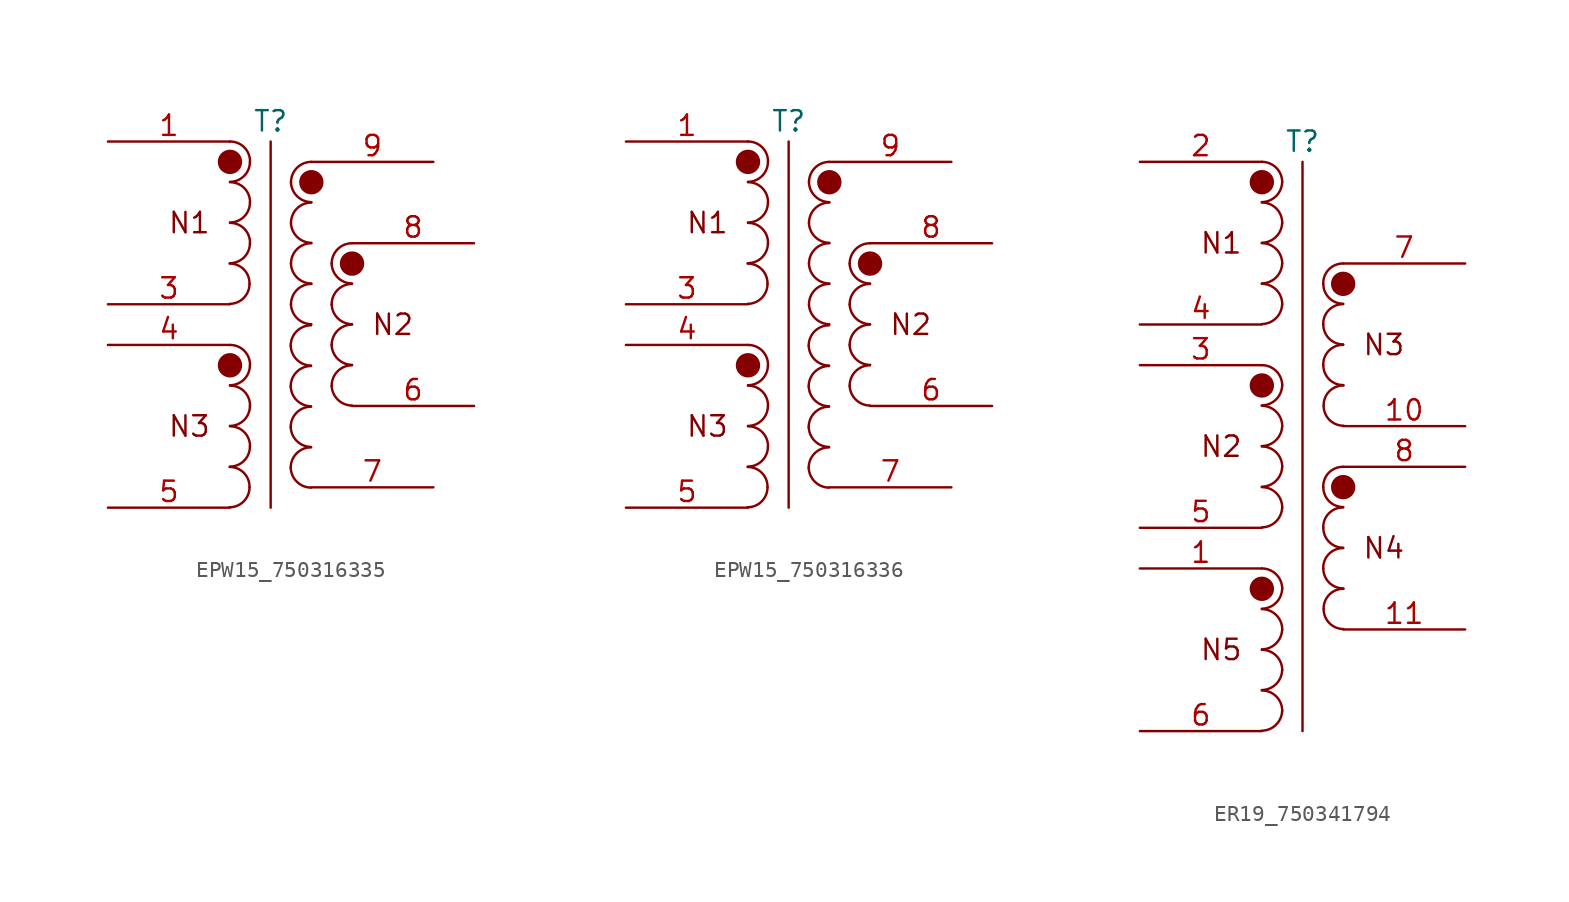
<source format=kicad_sym>
(kicad_symbol_lib
  (version 20220914)
  (generator kicad_symbol_editor)
  (symbol "EPW15_750316335"
    (pin_names hide)
    (property "Reference" "T"
      (at 0 12.7 0)
      (effects (font (size 1.27 1.27))))
    (property "Critical Parameter" ""
      (at 0 -5.08 0)
      (effects (font (size 1.27 1.27)) (justify left)))
    (symbol "EPW15_750316335_0_1"
      (arc (start -2.5654 -11.4046) (mid -1.6855 -11.0399) (end -1.3208 -10.16) (stroke (width 0) (type default)) (fill (type none)))
      (arc (start -2.5654 1.2954) (mid -1.6855 1.6601) (end -1.3208 2.54) (stroke (width 0) (type default)) (fill (type none)))
      (arc (start -2.54 -8.8646) (mid -1.6601 -8.4999) (end -1.2954 -7.62) (stroke (width 0) (type default)) (fill (type none)))
      (arc (start -2.54 -6.3246) (mid -1.6601 -5.9599) (end -1.2954 -5.08) (stroke (width 0) (type default)) (fill (type none)))
      (arc (start -2.54 -3.7846) (mid -1.6601 -3.4199) (end -1.2954 -2.54) (stroke (width 0) (type default)) (fill (type none)))
      (arc (start -2.54 3.8354) (mid -1.6601 4.2001) (end -1.2954 5.08) (stroke (width 0) (type default)) (fill (type none)))
      (arc (start -2.54 6.3754) (mid -1.6601 6.7401) (end -1.2954 7.62) (stroke (width 0) (type default)) (fill (type none)))
      (arc (start -2.54 8.9154) (mid -1.6601 9.2801) (end -1.2954 10.16) (stroke (width 0) (type default)) (fill (type none)))
      (arc (start -1.3208 -10.16) (mid -1.6708 -9.2582) (end -2.5654 -8.89) (stroke (width 0) (type default)) (fill (type none)))
      (arc (start -1.3208 2.54) (mid -1.6708 3.4418) (end -2.5654 3.81) (stroke (width 0) (type default)) (fill (type none)))
      (arc (start -1.2954 -7.62) (mid -1.646 -6.7187) (end -2.54 -6.35) (stroke (width 0) (type default)) (fill (type none)))
      (arc (start -1.2954 -5.08) (mid -1.646 -4.1787) (end -2.54 -3.81) (stroke (width 0) (type default)) (fill (type none)))
      (arc (start -1.2954 -2.54) (mid -1.646 -1.6387) (end -2.54 -1.27) (stroke (width 0) (type default)) (fill (type none)))
      (arc (start -1.2954 5.08) (mid -1.646 5.9813) (end -2.54 6.35) (stroke (width 0) (type default)) (fill (type none)))
      (arc (start -1.2954 7.62) (mid -1.646 8.5213) (end -2.54 8.89) (stroke (width 0) (type default)) (fill (type none)))
      (arc (start -1.2954 10.16) (mid -1.646 11.0613) (end -2.54 11.43) (stroke (width 0) (type default)) (fill (type none)))
      (polyline (pts (xy 0 11.43) (xy 0 -11.43)) (stroke (width 0) (type default)) (fill (type none)))
      (arc (start 1.2515 -8.9345) (mid 1.6376 -9.8108) (end 2.5215 -10.1791) (stroke (width 0) (type default)) (fill (type none)))
      (arc (start 1.2515 -6.3945) (mid 1.6376 -7.2708) (end 2.5215 -7.6391) (stroke (width 0) (type default)) (fill (type none)))
      (arc (start 1.2515 -3.8545) (mid 1.6376 -4.7308) (end 2.5215 -5.0991) (stroke (width 0) (type default)) (fill (type none)))
      (arc (start 1.2515 -1.3145) (mid 1.6376 -2.1908) (end 2.5215 -2.5591) (stroke (width 0) (type default)) (fill (type none)))
      (arc (start 1.27 1.27) (mid 1.6561 0.3937) (end 2.54 0.0254) (stroke (width 0) (type default)) (fill (type none)))
      (arc (start 1.27 3.81) (mid 1.6561 2.9337) (end 2.54 2.5654) (stroke (width 0) (type default)) (fill (type none)))
      (arc (start 1.27 6.35) (mid 1.6561 5.4737) (end 2.54 5.1054) (stroke (width 0) (type default)) (fill (type none)))
      (arc (start 1.27 8.89) (mid 1.6561 8.0137) (end 2.54 7.6454) (stroke (width 0) (type default)) (fill (type none)))
      (arc (start 2.5215 -7.6645) (mid 1.6235 -8.0365) (end 1.2515 -8.9345) (stroke (width 0) (type default)) (fill (type none)))
      (arc (start 2.5215 -5.1245) (mid 1.6235 -5.4965) (end 1.2515 -6.3945) (stroke (width 0) (type default)) (fill (type none)))
      (arc (start 2.5215 -2.5845) (mid 1.6235 -2.9565) (end 1.2515 -3.8545) (stroke (width 0) (type default)) (fill (type none)))
      (arc (start 2.5215 -0.0445) (mid 1.6235 -0.4165) (end 1.2515 -1.3145) (stroke (width 0) (type default)) (fill (type none)))
      (arc (start 2.54 2.54) (mid 1.642 2.168) (end 1.27 1.27) (stroke (width 0) (type default)) (fill (type none)))
      (arc (start 2.54 5.08) (mid 1.642 4.708) (end 1.27 3.81) (stroke (width 0) (type default)) (fill (type none)))
      (arc (start 2.54 7.62) (mid 1.642 7.248) (end 1.27 6.35) (stroke (width 0) (type default)) (fill (type none)))
      (arc (start 2.54 10.16) (mid 1.642 9.788) (end 1.27 8.89) (stroke (width 0) (type default)) (fill (type none)))
      (arc (start 3.81 -3.81) (mid 4.1961 -4.6863) (end 5.08 -5.0546) (stroke (width 0) (type default)) (fill (type none)))
      (arc (start 3.81 -1.27) (mid 4.1961 -2.1463) (end 5.08 -2.5146) (stroke (width 0) (type default)) (fill (type none)))
      (arc (start 3.81 1.27) (mid 4.1961 0.3937) (end 5.08 0.0254) (stroke (width 0) (type default)) (fill (type none)))
      (arc (start 3.81 3.81) (mid 4.1961 2.9337) (end 5.08 2.5654) (stroke (width 0) (type default)) (fill (type none)))
      (arc (start 5.08 -2.54) (mid 4.182 -2.912) (end 3.81 -3.81) (stroke (width 0) (type default)) (fill (type none)))
      (arc (start 5.08 0) (mid 4.182 -0.372) (end 3.81 -1.27) (stroke (width 0) (type default)) (fill (type none)))
      (arc (start 5.08 2.54) (mid 4.182 2.168) (end 3.81 1.27) (stroke (width 0) (type default)) (fill (type none)))
      (arc (start 5.08 5.08) (mid 4.182 4.708) (end 3.81 3.81) (stroke (width 0) (type default)) (fill (type none))))
    (symbol "EPW15_750316335_1_1"
      (circle (center -2.54 -2.54) (radius 0.0001) (stroke (width 0.762) (type default)) (fill (type none)))
      (circle (center -2.54 10.16) (radius 0.0001) (stroke (width 0.762) (type default)) (fill (type none)))
      (circle (center 2.54 8.89) (radius 0.0001) (stroke (width 0.762) (type default)) (fill (type none)))
      (circle (center 5.08 3.81) (radius 0.0001) (stroke (width 0.762) (type default)) (fill (type none)))
      (text "N1" (at -5.08 6.35 0) (effects (font (size 1.27 1.27))))
      (text "N2" (at 7.62 0 0) (effects (font (size 1.27 1.27))))
      (text "N3" (at -5.08 -6.35 0) (effects (font (size 1.27 1.27))))
      (pin passive line (at -10.16 11.43 0) (length 7.62) (name "1" (effects (font (size 1.27 1.27)))) (number "1" (effects (font (size 1.27 1.27)))))
      (pin passive line (at -10.16 1.27 0) (length 7.62) (name "3" (effects (font (size 1.27 1.27)))) (number "3" (effects (font (size 1.27 1.27)))))
      (pin passive line (at -10.16 -1.27 0) (length 7.62) (name "4" (effects (font (size 1.27 1.27)))) (number "4" (effects (font (size 1.27 1.27)))))
      (pin passive line (at -10.16 -11.43 0) (length 7.62) (name "5" (effects (font (size 1.27 1.27)))) (number "5" (effects (font (size 1.27 1.27)))))
      (pin passive line (at 12.7 -5.08 180) (length 7.62) (name "6" (effects (font (size 1.27 1.27)))) (number "6" (effects (font (size 1.27 1.27)))))
      (pin passive line (at 10.16 -10.16 180) (length 7.62) (name "7" (effects (font (size 1.27 1.27)))) (number "7" (effects (font (size 1.27 1.27)))))
      (pin passive line (at 12.7 5.08 180) (length 7.62) (name "8" (effects (font (size 1.27 1.27)))) (number "8" (effects (font (size 1.27 1.27)))))
      (pin passive line (at 10.16 10.16 180) (length 7.62) (name "9" (effects (font (size 1.27 1.27)))) (number "9" (effects (font (size 1.27 1.27)))))))
  (symbol "EPW15_750316336"
    (pin_names hide)
    (property "Reference" "T"
      (at 0 12.7 0)
      (effects (font (size 1.27 1.27))))
    (property "Critical Parameter" ""
      (at 0 -5.08 0)
      (effects (font (size 1.27 1.27)) (justify left)))
    (symbol "EPW15_750316336_0_1"
      (arc (start -2.5654 -11.4046) (mid -1.6855 -11.0399) (end -1.3208 -10.16) (stroke (width 0) (type default)) (fill (type none)))
      (arc (start -2.5654 1.2954) (mid -1.6855 1.6601) (end -1.3208 2.54) (stroke (width 0) (type default)) (fill (type none)))
      (arc (start -2.54 -8.8646) (mid -1.6601 -8.4999) (end -1.2954 -7.62) (stroke (width 0) (type default)) (fill (type none)))
      (arc (start -2.54 -6.3246) (mid -1.6601 -5.9599) (end -1.2954 -5.08) (stroke (width 0) (type default)) (fill (type none)))
      (arc (start -2.54 -3.7846) (mid -1.6601 -3.4199) (end -1.2954 -2.54) (stroke (width 0) (type default)) (fill (type none)))
      (arc (start -2.54 3.8354) (mid -1.6601 4.2001) (end -1.2954 5.08) (stroke (width 0) (type default)) (fill (type none)))
      (arc (start -2.54 6.3754) (mid -1.6601 6.7401) (end -1.2954 7.62) (stroke (width 0) (type default)) (fill (type none)))
      (arc (start -2.54 8.9154) (mid -1.6601 9.2801) (end -1.2954 10.16) (stroke (width 0) (type default)) (fill (type none)))
      (arc (start -1.3208 -10.16) (mid -1.6708 -9.2582) (end -2.5654 -8.89) (stroke (width 0) (type default)) (fill (type none)))
      (arc (start -1.3208 2.54) (mid -1.6708 3.4418) (end -2.5654 3.81) (stroke (width 0) (type default)) (fill (type none)))
      (arc (start -1.2954 -7.62) (mid -1.646 -6.7187) (end -2.54 -6.35) (stroke (width 0) (type default)) (fill (type none)))
      (arc (start -1.2954 -5.08) (mid -1.646 -4.1787) (end -2.54 -3.81) (stroke (width 0) (type default)) (fill (type none)))
      (arc (start -1.2954 -2.54) (mid -1.646 -1.6387) (end -2.54 -1.27) (stroke (width 0) (type default)) (fill (type none)))
      (arc (start -1.2954 5.08) (mid -1.646 5.9813) (end -2.54 6.35) (stroke (width 0) (type default)) (fill (type none)))
      (arc (start -1.2954 7.62) (mid -1.646 8.5213) (end -2.54 8.89) (stroke (width 0) (type default)) (fill (type none)))
      (arc (start -1.2954 10.16) (mid -1.646 11.0613) (end -2.54 11.43) (stroke (width 0) (type default)) (fill (type none)))
      (polyline (pts (xy 0 11.43) (xy 0 -11.43)) (stroke (width 0) (type default)) (fill (type none)))
      (arc (start 1.2515 -8.9345) (mid 1.6376 -9.8108) (end 2.5215 -10.1791) (stroke (width 0) (type default)) (fill (type none)))
      (arc (start 1.2515 -6.3945) (mid 1.6376 -7.2708) (end 2.5215 -7.6391) (stroke (width 0) (type default)) (fill (type none)))
      (arc (start 1.2515 -3.8545) (mid 1.6376 -4.7308) (end 2.5215 -5.0991) (stroke (width 0) (type default)) (fill (type none)))
      (arc (start 1.2515 -1.3145) (mid 1.6376 -2.1908) (end 2.5215 -2.5591) (stroke (width 0) (type default)) (fill (type none)))
      (arc (start 1.27 1.27) (mid 1.6561 0.3937) (end 2.54 0.0254) (stroke (width 0) (type default)) (fill (type none)))
      (arc (start 1.27 3.81) (mid 1.6561 2.9337) (end 2.54 2.5654) (stroke (width 0) (type default)) (fill (type none)))
      (arc (start 1.27 6.35) (mid 1.6561 5.4737) (end 2.54 5.1054) (stroke (width 0) (type default)) (fill (type none)))
      (arc (start 1.27 8.89) (mid 1.6561 8.0137) (end 2.54 7.6454) (stroke (width 0) (type default)) (fill (type none)))
      (arc (start 2.5215 -7.6645) (mid 1.6235 -8.0365) (end 1.2515 -8.9345) (stroke (width 0) (type default)) (fill (type none)))
      (arc (start 2.5215 -5.1245) (mid 1.6235 -5.4965) (end 1.2515 -6.3945) (stroke (width 0) (type default)) (fill (type none)))
      (arc (start 2.5215 -2.5845) (mid 1.6235 -2.9565) (end 1.2515 -3.8545) (stroke (width 0) (type default)) (fill (type none)))
      (arc (start 2.5215 -0.0445) (mid 1.6235 -0.4165) (end 1.2515 -1.3145) (stroke (width 0) (type default)) (fill (type none)))
      (arc (start 2.54 2.54) (mid 1.642 2.168) (end 1.27 1.27) (stroke (width 0) (type default)) (fill (type none)))
      (arc (start 2.54 5.08) (mid 1.642 4.708) (end 1.27 3.81) (stroke (width 0) (type default)) (fill (type none)))
      (arc (start 2.54 7.62) (mid 1.642 7.248) (end 1.27 6.35) (stroke (width 0) (type default)) (fill (type none)))
      (arc (start 2.54 10.16) (mid 1.642 9.788) (end 1.27 8.89) (stroke (width 0) (type default)) (fill (type none)))
      (arc (start 3.81 -3.81) (mid 4.1961 -4.6863) (end 5.08 -5.0546) (stroke (width 0) (type default)) (fill (type none)))
      (arc (start 3.81 -1.27) (mid 4.1961 -2.1463) (end 5.08 -2.5146) (stroke (width 0) (type default)) (fill (type none)))
      (arc (start 3.81 1.27) (mid 4.1961 0.3937) (end 5.08 0.0254) (stroke (width 0) (type default)) (fill (type none)))
      (arc (start 3.81 3.81) (mid 4.1961 2.9337) (end 5.08 2.5654) (stroke (width 0) (type default)) (fill (type none)))
      (arc (start 5.08 -2.54) (mid 4.182 -2.912) (end 3.81 -3.81) (stroke (width 0) (type default)) (fill (type none)))
      (arc (start 5.08 0) (mid 4.182 -0.372) (end 3.81 -1.27) (stroke (width 0) (type default)) (fill (type none)))
      (arc (start 5.08 2.54) (mid 4.182 2.168) (end 3.81 1.27) (stroke (width 0) (type default)) (fill (type none)))
      (arc (start 5.08 5.08) (mid 4.182 4.708) (end 3.81 3.81) (stroke (width 0) (type default)) (fill (type none))))
    (symbol "EPW15_750316336_1_1"
      (circle (center -2.54 -2.54) (radius 0.0001) (stroke (width 0.762) (type default)) (fill (type none)))
      (circle (center -2.54 10.16) (radius 0.0001) (stroke (width 0.762) (type default)) (fill (type none)))
      (circle (center 2.54 8.89) (radius 0.0001) (stroke (width 0.762) (type default)) (fill (type none)))
      (circle (center 5.08 3.81) (radius 0.0001) (stroke (width 0.762) (type default)) (fill (type none)))
      (text "N1" (at -5.08 6.35 0) (effects (font (size 1.27 1.27))))
      (text "N2" (at 7.62 0 0) (effects (font (size 1.27 1.27))))
      (text "N3" (at -5.08 -6.35 0) (effects (font (size 1.27 1.27))))
      (pin passive line (at -10.16 11.43 0) (length 7.62) (name "1" (effects (font (size 1.27 1.27)))) (number "1" (effects (font (size 1.27 1.27)))))
      (pin passive line (at -10.16 1.27 0) (length 7.62) (name "3" (effects (font (size 1.27 1.27)))) (number "3" (effects (font (size 1.27 1.27)))))
      (pin passive line (at -10.16 -1.27 0) (length 7.62) (name "4" (effects (font (size 1.27 1.27)))) (number "4" (effects (font (size 1.27 1.27)))))
      (pin passive line (at -10.16 -11.43 0) (length 7.62) (name "5" (effects (font (size 1.27 1.27)))) (number "5" (effects (font (size 1.27 1.27)))))
      (pin passive line (at 12.7 -5.08 180) (length 7.62) (name "6" (effects (font (size 1.27 1.27)))) (number "6" (effects (font (size 1.27 1.27)))))
      (pin passive line (at 10.16 -10.16 180) (length 7.62) (name "7" (effects (font (size 1.27 1.27)))) (number "7" (effects (font (size 1.27 1.27)))))
      (pin passive line (at 12.7 5.08 180) (length 7.62) (name "8" (effects (font (size 1.27 1.27)))) (number "8" (effects (font (size 1.27 1.27)))))
      (pin passive line (at 10.16 10.16 180) (length 7.62) (name "9" (effects (font (size 1.27 1.27)))) (number "9" (effects (font (size 1.27 1.27)))))))
  (symbol "ER19_750341794"
    (pin_names hide)
    (property "Reference" "T"
      (at 0 19.05 0)
      (effects (font (size 1.27 1.27))))
    (property "Critical Parameter" ""
      (at 0 -5.08 0)
      (effects (font (size 1.27 1.27)) (justify left)))
    (symbol "ER19_750341794_0_1"
      (arc (start -2.54 -17.7546) (mid -1.6561 -17.3863) (end -1.27 -16.51) (stroke (width 0) (type default)) (fill (type none)))
      (arc (start -2.54 -15.2146) (mid -1.6561 -14.8463) (end -1.27 -13.97) (stroke (width 0) (type default)) (fill (type none)))
      (arc (start -2.54 -12.6746) (mid -1.6561 -12.3063) (end -1.27 -11.43) (stroke (width 0) (type default)) (fill (type none)))
      (arc (start -2.54 -10.1346) (mid -1.6561 -9.7663) (end -1.27 -8.89) (stroke (width 0) (type default)) (fill (type none)))
      (arc (start -2.54 -5.0546) (mid -1.6561 -4.6863) (end -1.27 -3.81) (stroke (width 0) (type default)) (fill (type none)))
      (arc (start -2.54 -2.5146) (mid -1.6561 -2.1463) (end -1.27 -1.27) (stroke (width 0) (type default)) (fill (type none)))
      (arc (start -2.54 0.0254) (mid -1.6561 0.3937) (end -1.27 1.27) (stroke (width 0) (type default)) (fill (type none)))
      (arc (start -2.54 2.5654) (mid -1.6561 2.9337) (end -1.27 3.81) (stroke (width 0) (type default)) (fill (type none)))
      (arc (start -2.54 7.6454) (mid -1.6561 8.0137) (end -1.27 8.89) (stroke (width 0) (type default)) (fill (type none)))
      (arc (start -2.54 10.1854) (mid -1.6561 10.5537) (end -1.27 11.43) (stroke (width 0) (type default)) (fill (type none)))
      (arc (start -2.54 12.7254) (mid -1.6561 13.0937) (end -1.27 13.97) (stroke (width 0) (type default)) (fill (type none)))
      (arc (start -2.54 15.2654) (mid -1.6561 15.6337) (end -1.27 16.51) (stroke (width 0) (type default)) (fill (type none)))
      (arc (start -1.27 -16.51) (mid -1.642 -15.612) (end -2.54 -15.24) (stroke (width 0) (type default)) (fill (type none)))
      (arc (start -1.27 -13.97) (mid -1.642 -13.072) (end -2.54 -12.7) (stroke (width 0) (type default)) (fill (type none)))
      (arc (start -1.27 -11.43) (mid -1.642 -10.532) (end -2.54 -10.16) (stroke (width 0) (type default)) (fill (type none)))
      (arc (start -1.27 -8.89) (mid -1.642 -7.992) (end -2.54 -7.62) (stroke (width 0) (type default)) (fill (type none)))
      (arc (start -1.27 -3.81) (mid -1.642 -2.912) (end -2.54 -2.54) (stroke (width 0) (type default)) (fill (type none)))
      (arc (start -1.27 -1.27) (mid -1.642 -0.372) (end -2.54 0) (stroke (width 0) (type default)) (fill (type none)))
      (arc (start -1.27 1.27) (mid -1.642 2.168) (end -2.54 2.54) (stroke (width 0) (type default)) (fill (type none)))
      (arc (start -1.27 3.81) (mid -1.642 4.708) (end -2.54 5.08) (stroke (width 0) (type default)) (fill (type none)))
      (arc (start -1.27 8.89) (mid -1.642 9.788) (end -2.54 10.16) (stroke (width 0) (type default)) (fill (type none)))
      (arc (start -1.27 11.43) (mid -1.642 12.328) (end -2.54 12.7) (stroke (width 0) (type default)) (fill (type none)))
      (arc (start -1.27 13.97) (mid -1.642 14.868) (end -2.54 15.24) (stroke (width 0) (type default)) (fill (type none)))
      (arc (start -1.27 16.51) (mid -1.642 17.408) (end -2.54 17.78) (stroke (width 0) (type default)) (fill (type none)))
      (polyline (pts (xy 0 17.78) (xy 0 -17.78)) (stroke (width 0) (type default)) (fill (type none)))
      (arc (start 1.2954 -7.62) (mid 1.66 -8.4999) (end 2.54 -8.8646) (stroke (width 0) (type default)) (fill (type none)))
      (arc (start 1.2954 -5.08) (mid 1.66 -5.9599) (end 2.54 -6.3246) (stroke (width 0) (type default)) (fill (type none)))
      (arc (start 1.2954 -2.54) (mid 1.66 -3.4199) (end 2.54 -3.7846) (stroke (width 0) (type default)) (fill (type none)))
      (arc (start 1.2954 5.08) (mid 1.66 4.2001) (end 2.54 3.8354) (stroke (width 0) (type default)) (fill (type none)))
      (arc (start 1.2954 7.62) (mid 1.66 6.7401) (end 2.54 6.3754) (stroke (width 0) (type default)) (fill (type none)))
      (arc (start 1.2954 10.16) (mid 1.66 9.2801) (end 2.54 8.9154) (stroke (width 0) (type default)) (fill (type none)))
      (arc (start 1.3208 -10.16) (mid 1.6855 -11.0399) (end 2.5654 -11.4046) (stroke (width 0) (type default)) (fill (type none)))
      (arc (start 1.3208 2.54) (mid 1.6855 1.6601) (end 2.5654 1.2954) (stroke (width 0) (type default)) (fill (type none)))
      (arc (start 2.54 -6.35) (mid 1.6461 -6.7186) (end 1.2954 -7.62) (stroke (width 0) (type default)) (fill (type none)))
      (arc (start 2.54 -3.81) (mid 1.6461 -4.1786) (end 1.2954 -5.08) (stroke (width 0) (type default)) (fill (type none)))
      (arc (start 2.54 -1.27) (mid 1.6461 -1.6386) (end 1.2954 -2.54) (stroke (width 0) (type default)) (fill (type none)))
      (arc (start 2.54 6.35) (mid 1.6461 5.9814) (end 1.2954 5.08) (stroke (width 0) (type default)) (fill (type none)))
      (arc (start 2.54 8.89) (mid 1.6461 8.5214) (end 1.2954 7.62) (stroke (width 0) (type default)) (fill (type none)))
      (arc (start 2.54 11.43) (mid 1.6461 11.0614) (end 1.2954 10.16) (stroke (width 0) (type default)) (fill (type none)))
      (arc (start 2.5654 -8.89) (mid 1.6705 -9.2581) (end 1.3208 -10.16) (stroke (width 0) (type default)) (fill (type none)))
      (arc (start 2.5654 3.81) (mid 1.6705 3.4419) (end 1.3208 2.54) (stroke (width 0) (type default)) (fill (type none))))
    (symbol "ER19_750341794_1_1"
      (circle (center -2.54 -8.89) (radius 0.0001) (stroke (width 0.762) (type default)) (fill (type none)))
      (circle (center -2.54 3.81) (radius 0.0001) (stroke (width 0.762) (type default)) (fill (type none)))
      (circle (center -2.54 16.51) (radius 0.0001) (stroke (width 0.762) (type default)) (fill (type none)))
      (circle (center 2.54 -2.54) (radius 0.0001) (stroke (width 0.762) (type default)) (fill (type none)))
      (circle (center 2.54 10.16) (radius 0.0001) (stroke (width 0.762) (type default)) (fill (type none)))
      (text "N1" (at -5.08 12.7 0) (effects (font (size 1.27 1.27))))
      (text "N2" (at -5.08 0 0) (effects (font (size 1.27 1.27))))
      (text "N3" (at 5.08 6.35 0) (effects (font (size 1.27 1.27))))
      (text "N4" (at 5.08 -6.35 0) (effects (font (size 1.27 1.27))))
      (text "N5" (at -5.08 -12.7 0) (effects (font (size 1.27 1.27))))
      (pin passive line (at -10.16 -7.62 0) (length 7.62) (name "1" (effects (font (size 1.27 1.27)))) (number "1" (effects (font (size 1.27 1.27)))))
      (pin passive line (at 10.16 1.27 180) (length 7.62) (name "10" (effects (font (size 1.27 1.27)))) (number "10" (effects (font (size 1.27 1.27)))))
      (pin passive line (at 10.16 -11.43 180) (length 7.62) (name "11" (effects (font (size 1.27 1.27)))) (number "11" (effects (font (size 1.27 1.27)))))
      (pin passive line (at -10.16 17.78 0) (length 7.62) (name "2" (effects (font (size 1.27 1.27)))) (number "2" (effects (font (size 1.27 1.27)))))
      (pin passive line (at -10.16 5.08 0) (length 7.62) (name "3" (effects (font (size 1.27 1.27)))) (number "3" (effects (font (size 1.27 1.27)))))
      (pin passive line (at -10.16 7.62 0) (length 7.62) (name "4" (effects (font (size 1.27 1.27)))) (number "4" (effects (font (size 1.27 1.27)))))
      (pin passive line (at -10.16 -5.08 0) (length 7.62) (name "5" (effects (font (size 1.27 1.27)))) (number "5" (effects (font (size 1.27 1.27)))))
      (pin passive line (at -10.16 -17.78 0) (length 7.62) (name "6" (effects (font (size 1.27 1.27)))) (number "6" (effects (font (size 1.27 1.27)))))
      (pin passive line (at 10.16 11.43 180) (length 7.62) (name "7" (effects (font (size 1.27 1.27)))) (number "7" (effects (font (size 1.27 1.27)))))
      (pin passive line (at 10.16 -1.27 180) (length 7.62) (name "8" (effects (font (size 1.27 1.27)))) (number "8" (effects (font (size 1.27 1.27))))))))
</source>
